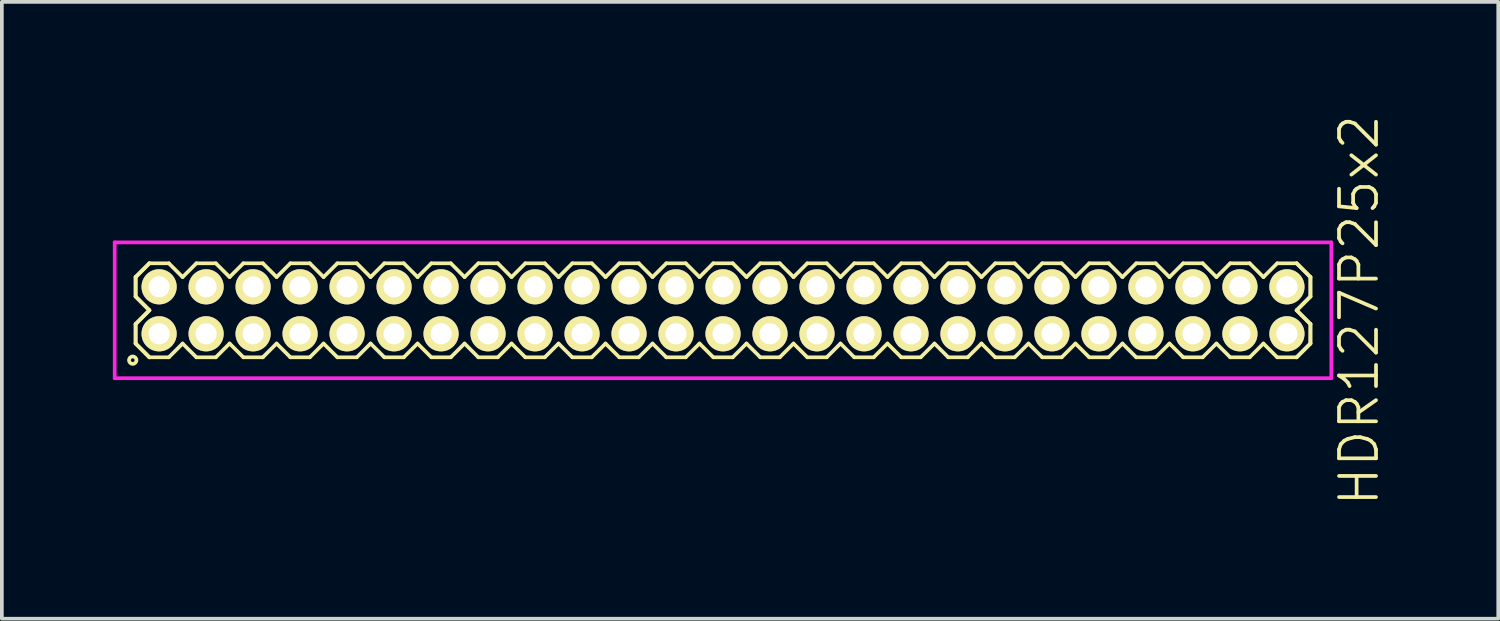
<source format=kicad_pcb>
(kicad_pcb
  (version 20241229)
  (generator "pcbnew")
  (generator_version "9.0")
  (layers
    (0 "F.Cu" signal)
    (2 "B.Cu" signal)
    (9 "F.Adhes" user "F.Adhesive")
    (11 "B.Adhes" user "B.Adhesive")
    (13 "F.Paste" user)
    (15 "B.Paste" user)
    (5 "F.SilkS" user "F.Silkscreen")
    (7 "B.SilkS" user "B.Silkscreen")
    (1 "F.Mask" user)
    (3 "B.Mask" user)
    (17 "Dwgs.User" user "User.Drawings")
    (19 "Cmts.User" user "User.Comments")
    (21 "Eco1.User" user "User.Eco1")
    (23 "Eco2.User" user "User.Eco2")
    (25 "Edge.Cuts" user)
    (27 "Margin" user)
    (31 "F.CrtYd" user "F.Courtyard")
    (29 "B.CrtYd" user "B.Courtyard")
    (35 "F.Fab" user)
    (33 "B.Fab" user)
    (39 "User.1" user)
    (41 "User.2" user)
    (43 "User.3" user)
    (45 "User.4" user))
  (footprint "HDR127P25x2"
    (layer "F.Cu")
    (at 16.49 5.336)
    (property "Reference" "HDR127P25x2" (at 17.19 0 90) (layer "F.SilkS") (effects (font (size 1 1) (thickness 0.1))))
    (attr through_hole)
    (fp_line (start -15.875 -0.898) (end -15.503 -1.27) (stroke (width 0.1) (type solid)) (layer "F.SilkS"))
    (fp_line (start -15.875 -0.898) (end -15.503 -1.27) (stroke (width 0.1) (type solid)) (layer "F.SilkS"))
    (fp_line (start -15.875 -0.372) (end -15.875 -0.898) (stroke (width 0.1) (type solid)) (layer "F.SilkS"))
    (fp_line (start -15.875 -0.372) (end -15.875 -0.898) (stroke (width 0.1) (type solid)) (layer "F.SilkS"))
    (fp_line (start -15.875 0.372) (end -15.503 0) (stroke (width 0.1) (type solid)) (layer "F.SilkS"))
    (fp_line (start -15.875 0.372) (end -15.503 0) (stroke (width 0.1) (type solid)) (layer "F.SilkS"))
    (fp_line (start -15.875 0.898) (end -15.875 0.372) (stroke (width 0.1) (type solid)) (layer "F.SilkS"))
    (fp_line (start -15.875 0.898) (end -15.875 0.372) (stroke (width 0.1) (type solid)) (layer "F.SilkS"))
    (fp_line (start -15.503 -1.27) (end -14.977 -1.27) (stroke (width 0.1) (type solid)) (layer "F.SilkS"))
    (fp_line (start -15.503 0) (end -15.875 -0.372) (stroke (width 0.1) (type solid)) (layer "F.SilkS"))
    (fp_line (start -15.503 0) (end -15.875 -0.372) (stroke (width 0.1) (type solid)) (layer "F.SilkS"))
    (fp_line (start -15.503 1.27) (end -15.875 0.898) (stroke (width 0.1) (type solid)) (layer "F.SilkS"))
    (fp_line (start -15.503 1.27) (end -15.875 0.898) (stroke (width 0.1) (type solid)) (layer "F.SilkS"))
    (fp_line (start -14.977 -1.27) (end -14.605 -0.898) (stroke (width 0.1) (type solid)) (layer "F.SilkS"))
    (fp_line (start -14.977 1.27) (end -15.503 1.27) (stroke (width 0.1) (type solid)) (layer "F.SilkS"))
    (fp_line (start -14.605 -0.898) (end -14.233 -1.27) (stroke (width 0.1) (type solid)) (layer "F.SilkS"))
    (fp_line (start -14.605 0.898) (end -14.977 1.27) (stroke (width 0.1) (type solid)) (layer "F.SilkS"))
    (fp_line (start -14.233 -1.27) (end -13.707 -1.27) (stroke (width 0.1) (type solid)) (layer "F.SilkS"))
    (fp_line (start -14.233 1.27) (end -14.605 0.898) (stroke (width 0.1) (type solid)) (layer "F.SilkS"))
    (fp_line (start -13.707 -1.27) (end -13.335 -0.898) (stroke (width 0.1) (type solid)) (layer "F.SilkS"))
    (fp_line (start -13.707 1.27) (end -14.233 1.27) (stroke (width 0.1) (type solid)) (layer "F.SilkS"))
    (fp_line (start -13.335 -0.898) (end -12.963 -1.27) (stroke (width 0.1) (type solid)) (layer "F.SilkS"))
    (fp_line (start -13.335 0.898) (end -13.707 1.27) (stroke (width 0.1) (type solid)) (layer "F.SilkS"))
    (fp_line (start -12.963 -1.27) (end -12.437 -1.27) (stroke (width 0.1) (type solid)) (layer "F.SilkS"))
    (fp_line (start -12.963 1.27) (end -13.335 0.898) (stroke (width 0.1) (type solid)) (layer "F.SilkS"))
    (fp_line (start -12.437 -1.27) (end -12.065 -0.898) (stroke (width 0.1) (type solid)) (layer "F.SilkS"))
    (fp_line (start -12.437 1.27) (end -12.963 1.27) (stroke (width 0.1) (type solid)) (layer "F.SilkS"))
    (fp_line (start -12.065 -0.898) (end -11.693 -1.27) (stroke (width 0.1) (type solid)) (layer "F.SilkS"))
    (fp_line (start -12.065 0.898) (end -12.437 1.27) (stroke (width 0.1) (type solid)) (layer "F.SilkS"))
    (fp_line (start -11.693 -1.27) (end -11.167 -1.27) (stroke (width 0.1) (type solid)) (layer "F.SilkS"))
    (fp_line (start -11.693 1.27) (end -12.065 0.898) (stroke (width 0.1) (type solid)) (layer "F.SilkS"))
    (fp_line (start -11.167 -1.27) (end -10.795 -0.898) (stroke (width 0.1) (type solid)) (layer "F.SilkS"))
    (fp_line (start -11.167 1.27) (end -11.693 1.27) (stroke (width 0.1) (type solid)) (layer "F.SilkS"))
    (fp_line (start -10.795 -0.898) (end -10.423 -1.27) (stroke (width 0.1) (type solid)) (layer "F.SilkS"))
    (fp_line (start -10.795 0.898) (end -11.167 1.27) (stroke (width 0.1) (type solid)) (layer "F.SilkS"))
    (fp_line (start -10.423 -1.27) (end -9.897 -1.27) (stroke (width 0.1) (type solid)) (layer "F.SilkS"))
    (fp_line (start -10.423 1.27) (end -10.795 0.898) (stroke (width 0.1) (type solid)) (layer "F.SilkS"))
    (fp_line (start -9.897 -1.27) (end -9.525 -0.898) (stroke (width 0.1) (type solid)) (layer "F.SilkS"))
    (fp_line (start -9.897 1.27) (end -10.423 1.27) (stroke (width 0.1) (type solid)) (layer "F.SilkS"))
    (fp_line (start -9.525 -0.898) (end -9.153 -1.27) (stroke (width 0.1) (type solid)) (layer "F.SilkS"))
    (fp_line (start -9.525 0.898) (end -9.897 1.27) (stroke (width 0.1) (type solid)) (layer "F.SilkS"))
    (fp_line (start -9.153 -1.27) (end -8.627 -1.27) (stroke (width 0.1) (type solid)) (layer "F.SilkS"))
    (fp_line (start -9.153 1.27) (end -9.525 0.898) (stroke (width 0.1) (type solid)) (layer "F.SilkS"))
    (fp_line (start -8.627 -1.27) (end -8.255 -0.898) (stroke (width 0.1) (type solid)) (layer "F.SilkS"))
    (fp_line (start -8.627 1.27) (end -9.153 1.27) (stroke (width 0.1) (type solid)) (layer "F.SilkS"))
    (fp_line (start -8.255 -0.898) (end -7.883 -1.27) (stroke (width 0.1) (type solid)) (layer "F.SilkS"))
    (fp_line (start -8.255 0.898) (end -8.627 1.27) (stroke (width 0.1) (type solid)) (layer "F.SilkS"))
    (fp_line (start -7.883 -1.27) (end -7.357 -1.27) (stroke (width 0.1) (type solid)) (layer "F.SilkS"))
    (fp_line (start -7.883 1.27) (end -8.255 0.898) (stroke (width 0.1) (type solid)) (layer "F.SilkS"))
    (fp_line (start -7.357 -1.27) (end -6.985 -0.898) (stroke (width 0.1) (type solid)) (layer "F.SilkS"))
    (fp_line (start -7.357 1.27) (end -7.883 1.27) (stroke (width 0.1) (type solid)) (layer "F.SilkS"))
    (fp_line (start -6.985 -0.898) (end -6.613 -1.27) (stroke (width 0.1) (type solid)) (layer "F.SilkS"))
    (fp_line (start -6.985 0.898) (end -7.357 1.27) (stroke (width 0.1) (type solid)) (layer "F.SilkS"))
    (fp_line (start -6.613 -1.27) (end -6.087 -1.27) (stroke (width 0.1) (type solid)) (layer "F.SilkS"))
    (fp_line (start -6.613 1.27) (end -6.985 0.898) (stroke (width 0.1) (type solid)) (layer "F.SilkS"))
    (fp_line (start -6.087 -1.27) (end -5.715 -0.898) (stroke (width 0.1) (type solid)) (layer "F.SilkS"))
    (fp_line (start -6.087 1.27) (end -6.613 1.27) (stroke (width 0.1) (type solid)) (layer "F.SilkS"))
    (fp_line (start -5.715 -0.898) (end -5.343 -1.27) (stroke (width 0.1) (type solid)) (layer "F.SilkS"))
    (fp_line (start -5.715 0.898) (end -6.087 1.27) (stroke (width 0.1) (type solid)) (layer "F.SilkS"))
    (fp_line (start -5.343 -1.27) (end -4.817 -1.27) (stroke (width 0.1) (type solid)) (layer "F.SilkS"))
    (fp_line (start -5.343 1.27) (end -5.715 0.898) (stroke (width 0.1) (type solid)) (layer "F.SilkS"))
    (fp_line (start -4.817 -1.27) (end -4.445 -0.898) (stroke (width 0.1) (type solid)) (layer "F.SilkS"))
    (fp_line (start -4.817 1.27) (end -5.343 1.27) (stroke (width 0.1) (type solid)) (layer "F.SilkS"))
    (fp_line (start -4.445 -0.898) (end -4.073 -1.27) (stroke (width 0.1) (type solid)) (layer "F.SilkS"))
    (fp_line (start -4.445 0.898) (end -4.817 1.27) (stroke (width 0.1) (type solid)) (layer "F.SilkS"))
    (fp_line (start -4.073 -1.27) (end -3.547 -1.27) (stroke (width 0.1) (type solid)) (layer "F.SilkS"))
    (fp_line (start -4.073 1.27) (end -4.445 0.898) (stroke (width 0.1) (type solid)) (layer "F.SilkS"))
    (fp_line (start -3.547 -1.27) (end -3.175 -0.898) (stroke (width 0.1) (type solid)) (layer "F.SilkS"))
    (fp_line (start -3.547 1.27) (end -4.073 1.27) (stroke (width 0.1) (type solid)) (layer "F.SilkS"))
    (fp_line (start -3.175 -0.898) (end -2.803 -1.27) (stroke (width 0.1) (type solid)) (layer "F.SilkS"))
    (fp_line (start -3.175 0.898) (end -3.547 1.27) (stroke (width 0.1) (type solid)) (layer "F.SilkS"))
    (fp_line (start -2.803 -1.27) (end -2.277 -1.27) (stroke (width 0.1) (type solid)) (layer "F.SilkS"))
    (fp_line (start -2.803 1.27) (end -3.175 0.898) (stroke (width 0.1) (type solid)) (layer "F.SilkS"))
    (fp_line (start -2.277 -1.27) (end -1.905 -0.898) (stroke (width 0.1) (type solid)) (layer "F.SilkS"))
    (fp_line (start -2.277 1.27) (end -2.803 1.27) (stroke (width 0.1) (type solid)) (layer "F.SilkS"))
    (fp_line (start -1.905 -0.898) (end -1.533 -1.27) (stroke (width 0.1) (type solid)) (layer "F.SilkS"))
    (fp_line (start -1.905 0.898) (end -2.277 1.27) (stroke (width 0.1) (type solid)) (layer "F.SilkS"))
    (fp_line (start -1.533 -1.27) (end -1.007 -1.27) (stroke (width 0.1) (type solid)) (layer "F.SilkS"))
    (fp_line (start -1.533 1.27) (end -1.905 0.898) (stroke (width 0.1) (type solid)) (layer "F.SilkS"))
    (fp_line (start -1.007 -1.27) (end -0.635 -0.898) (stroke (width 0.1) (type solid)) (layer "F.SilkS"))
    (fp_line (start -1.007 1.27) (end -1.533 1.27) (stroke (width 0.1) (type solid)) (layer "F.SilkS"))
    (fp_line (start -0.635 -0.898) (end -0.263 -1.27) (stroke (width 0.1) (type solid)) (layer "F.SilkS"))
    (fp_line (start -0.635 0.898) (end -1.007 1.27) (stroke (width 0.1) (type solid)) (layer "F.SilkS"))
    (fp_line (start -0.263 -1.27) (end 0.263 -1.27) (stroke (width 0.1) (type solid)) (layer "F.SilkS"))
    (fp_line (start -0.263 1.27) (end -0.635 0.898) (stroke (width 0.1) (type solid)) (layer "F.SilkS"))
    (fp_line (start 0.263 -1.27) (end 0.635 -0.898) (stroke (width 0.1) (type solid)) (layer "F.SilkS"))
    (fp_line (start 0.263 1.27) (end -0.263 1.27) (stroke (width 0.1) (type solid)) (layer "F.SilkS"))
    (fp_line (start 0.635 -0.898) (end 1.007 -1.27) (stroke (width 0.1) (type solid)) (layer "F.SilkS"))
    (fp_line (start 0.635 0.898) (end 0.263 1.27) (stroke (width 0.1) (type solid)) (layer "F.SilkS"))
    (fp_line (start 1.007 -1.27) (end 1.533 -1.27) (stroke (width 0.1) (type solid)) (layer "F.SilkS"))
    (fp_line (start 1.007 1.27) (end 0.635 0.898) (stroke (width 0.1) (type solid)) (layer "F.SilkS"))
    (fp_line (start 1.533 -1.27) (end 1.905 -0.898) (stroke (width 0.1) (type solid)) (layer "F.SilkS"))
    (fp_line (start 1.533 1.27) (end 1.007 1.27) (stroke (width 0.1) (type solid)) (layer "F.SilkS"))
    (fp_line (start 1.905 -0.898) (end 2.277 -1.27) (stroke (width 0.1) (type solid)) (layer "F.SilkS"))
    (fp_line (start 1.905 0.898) (end 1.533 1.27) (stroke (width 0.1) (type solid)) (layer "F.SilkS"))
    (fp_line (start 2.277 -1.27) (end 2.803 -1.27) (stroke (width 0.1) (type solid)) (layer "F.SilkS"))
    (fp_line (start 2.277 1.27) (end 1.905 0.898) (stroke (width 0.1) (type solid)) (layer "F.SilkS"))
    (fp_line (start 2.803 -1.27) (end 3.175 -0.898) (stroke (width 0.1) (type solid)) (layer "F.SilkS"))
    (fp_line (start 2.803 1.27) (end 2.277 1.27) (stroke (width 0.1) (type solid)) (layer "F.SilkS"))
    (fp_line (start 3.175 -0.898) (end 3.547 -1.27) (stroke (width 0.1) (type solid)) (layer "F.SilkS"))
    (fp_line (start 3.175 0.898) (end 2.803 1.27) (stroke (width 0.1) (type solid)) (layer "F.SilkS"))
    (fp_line (start 3.547 -1.27) (end 4.073 -1.27) (stroke (width 0.1) (type solid)) (layer "F.SilkS"))
    (fp_line (start 3.547 1.27) (end 3.175 0.898) (stroke (width 0.1) (type solid)) (layer "F.SilkS"))
    (fp_line (start 4.073 -1.27) (end 4.445 -0.898) (stroke (width 0.1) (type solid)) (layer "F.SilkS"))
    (fp_line (start 4.073 1.27) (end 3.547 1.27) (stroke (width 0.1) (type solid)) (layer "F.SilkS"))
    (fp_line (start 4.445 -0.898) (end 4.817 -1.27) (stroke (width 0.1) (type solid)) (layer "F.SilkS"))
    (fp_line (start 4.445 0.898) (end 4.073 1.27) (stroke (width 0.1) (type solid)) (layer "F.SilkS"))
    (fp_line (start 4.817 -1.27) (end 5.343 -1.27) (stroke (width 0.1) (type solid)) (layer "F.SilkS"))
    (fp_line (start 4.817 1.27) (end 4.445 0.898) (stroke (width 0.1) (type solid)) (layer "F.SilkS"))
    (fp_line (start 5.343 -1.27) (end 5.715 -0.898) (stroke (width 0.1) (type solid)) (layer "F.SilkS"))
    (fp_line (start 5.343 1.27) (end 4.817 1.27) (stroke (width 0.1) (type solid)) (layer "F.SilkS"))
    (fp_line (start 5.715 -0.898) (end 6.087 -1.27) (stroke (width 0.1) (type solid)) (layer "F.SilkS"))
    (fp_line (start 5.715 0.898) (end 5.343 1.27) (stroke (width 0.1) (type solid)) (layer "F.SilkS"))
    (fp_line (start 6.087 -1.27) (end 6.613 -1.27) (stroke (width 0.1) (type solid)) (layer "F.SilkS"))
    (fp_line (start 6.087 1.27) (end 5.715 0.898) (stroke (width 0.1) (type solid)) (layer "F.SilkS"))
    (fp_line (start 6.613 -1.27) (end 6.985 -0.898) (stroke (width 0.1) (type solid)) (layer "F.SilkS"))
    (fp_line (start 6.613 1.27) (end 6.087 1.27) (stroke (width 0.1) (type solid)) (layer "F.SilkS"))
    (fp_line (start 6.985 -0.898) (end 7.357 -1.27) (stroke (width 0.1) (type solid)) (layer "F.SilkS"))
    (fp_line (start 6.985 0.898) (end 6.613 1.27) (stroke (width 0.1) (type solid)) (layer "F.SilkS"))
    (fp_line (start 7.357 -1.27) (end 7.883 -1.27) (stroke (width 0.1) (type solid)) (layer "F.SilkS"))
    (fp_line (start 7.357 1.27) (end 6.985 0.898) (stroke (width 0.1) (type solid)) (layer "F.SilkS"))
    (fp_line (start 7.883 -1.27) (end 8.255 -0.898) (stroke (width 0.1) (type solid)) (layer "F.SilkS"))
    (fp_line (start 7.883 1.27) (end 7.357 1.27) (stroke (width 0.1) (type solid)) (layer "F.SilkS"))
    (fp_line (start 8.255 -0.898) (end 8.627 -1.27) (stroke (width 0.1) (type solid)) (layer "F.SilkS"))
    (fp_line (start 8.255 0.898) (end 7.883 1.27) (stroke (width 0.1) (type solid)) (layer "F.SilkS"))
    (fp_line (start 8.627 -1.27) (end 9.153 -1.27) (stroke (width 0.1) (type solid)) (layer "F.SilkS"))
    (fp_line (start 8.627 1.27) (end 8.255 0.898) (stroke (width 0.1) (type solid)) (layer "F.SilkS"))
    (fp_line (start 9.153 -1.27) (end 9.525 -0.898) (stroke (width 0.1) (type solid)) (layer "F.SilkS"))
    (fp_line (start 9.153 1.27) (end 8.627 1.27) (stroke (width 0.1) (type solid)) (layer "F.SilkS"))
    (fp_line (start 9.525 -0.898) (end 9.897 -1.27) (stroke (width 0.1) (type solid)) (layer "F.SilkS"))
    (fp_line (start 9.525 0.898) (end 9.153 1.27) (stroke (width 0.1) (type solid)) (layer "F.SilkS"))
    (fp_line (start 9.897 -1.27) (end 10.423 -1.27) (stroke (width 0.1) (type solid)) (layer "F.SilkS"))
    (fp_line (start 9.897 1.27) (end 9.525 0.898) (stroke (width 0.1) (type solid)) (layer "F.SilkS"))
    (fp_line (start 10.423 -1.27) (end 10.795 -0.898) (stroke (width 0.1) (type solid)) (layer "F.SilkS"))
    (fp_line (start 10.423 1.27) (end 9.897 1.27) (stroke (width 0.1) (type solid)) (layer "F.SilkS"))
    (fp_line (start 10.795 -0.898) (end 11.167 -1.27) (stroke (width 0.1) (type solid)) (layer "F.SilkS"))
    (fp_line (start 10.795 0.898) (end 10.423 1.27) (stroke (width 0.1) (type solid)) (layer "F.SilkS"))
    (fp_line (start 11.167 -1.27) (end 11.693 -1.27) (stroke (width 0.1) (type solid)) (layer "F.SilkS"))
    (fp_line (start 11.167 1.27) (end 10.795 0.898) (stroke (width 0.1) (type solid)) (layer "F.SilkS"))
    (fp_line (start 11.693 -1.27) (end 12.065 -0.898) (stroke (width 0.1) (type solid)) (layer "F.SilkS"))
    (fp_line (start 11.693 1.27) (end 11.167 1.27) (stroke (width 0.1) (type solid)) (layer "F.SilkS"))
    (fp_line (start 12.065 -0.898) (end 12.437 -1.27) (stroke (width 0.1) (type solid)) (layer "F.SilkS"))
    (fp_line (start 12.065 0.898) (end 11.693 1.27) (stroke (width 0.1) (type solid)) (layer "F.SilkS"))
    (fp_line (start 12.437 -1.27) (end 12.963 -1.27) (stroke (width 0.1) (type solid)) (layer "F.SilkS"))
    (fp_line (start 12.437 1.27) (end 12.065 0.898) (stroke (width 0.1) (type solid)) (layer "F.SilkS"))
    (fp_line (start 12.963 -1.27) (end 13.335 -0.898) (stroke (width 0.1) (type solid)) (layer "F.SilkS"))
    (fp_line (start 12.963 1.27) (end 12.437 1.27) (stroke (width 0.1) (type solid)) (layer "F.SilkS"))
    (fp_line (start 13.335 -0.898) (end 13.707 -1.27) (stroke (width 0.1) (type solid)) (layer "F.SilkS"))
    (fp_line (start 13.335 0.898) (end 12.963 1.27) (stroke (width 0.1) (type solid)) (layer "F.SilkS"))
    (fp_line (start 13.707 -1.27) (end 14.233 -1.27) (stroke (width 0.1) (type solid)) (layer "F.SilkS"))
    (fp_line (start 13.707 1.27) (end 13.335 0.898) (stroke (width 0.1) (type solid)) (layer "F.SilkS"))
    (fp_line (start 14.233 -1.27) (end 14.605 -0.898) (stroke (width 0.1) (type solid)) (layer "F.SilkS"))
    (fp_line (start 14.233 1.27) (end 13.707 1.27) (stroke (width 0.1) (type solid)) (layer "F.SilkS"))
    (fp_line (start 14.605 -0.898) (end 14.977 -1.27) (stroke (width 0.1) (type solid)) (layer "F.SilkS"))
    (fp_line (start 14.605 0.898) (end 14.233 1.27) (stroke (width 0.1) (type solid)) (layer "F.SilkS"))
    (fp_line (start 14.977 -1.27) (end 15.503 -1.27) (stroke (width 0.1) (type solid)) (layer "F.SilkS"))
    (fp_line (start 14.977 1.27) (end 14.605 0.898) (stroke (width 0.1) (type solid)) (layer "F.SilkS"))
    (fp_line (start 15.503 -1.27) (end 15.875 -0.898) (stroke (width 0.1) (type solid)) (layer "F.SilkS"))
    (fp_line (start 15.503 -1.27) (end 15.875 -0.898) (stroke (width 0.1) (type solid)) (layer "F.SilkS"))
    (fp_line (start 15.503 0) (end 15.875 0.372) (stroke (width 0.1) (type solid)) (layer "F.SilkS"))
    (fp_line (start 15.503 0) (end 15.875 0.372) (stroke (width 0.1) (type solid)) (layer "F.SilkS"))
    (fp_line (start 15.503 1.27) (end 14.977 1.27) (stroke (width 0.1) (type solid)) (layer "F.SilkS"))
    (fp_line (start 15.875 -0.898) (end 15.875 -0.372) (stroke (width 0.1) (type solid)) (layer "F.SilkS"))
    (fp_line (start 15.875 -0.898) (end 15.875 -0.372) (stroke (width 0.1) (type solid)) (layer "F.SilkS"))
    (fp_line (start 15.875 -0.372) (end 15.503 0) (stroke (width 0.1) (type solid)) (layer "F.SilkS"))
    (fp_line (start 15.875 -0.372) (end 15.503 0) (stroke (width 0.1) (type solid)) (layer "F.SilkS"))
    (fp_line (start 15.875 0.372) (end 15.875 0.898) (stroke (width 0.1) (type solid)) (layer "F.SilkS"))
    (fp_line (start 15.875 0.372) (end 15.875 0.898) (stroke (width 0.1) (type solid)) (layer "F.SilkS"))
    (fp_line (start 15.875 0.898) (end 15.503 1.27) (stroke (width 0.1) (type solid)) (layer "F.SilkS"))
    (fp_line (start 15.875 0.898) (end 15.503 1.27) (stroke (width 0.1) (type solid)) (layer "F.SilkS"))
    (fp_circle (center -15.953 1.348) (end -15.853 1.348) (stroke (width 0.1) (type solid)) (fill no) (layer "F.SilkS"))
    (fp_line (start -16.44 -1.835) (end -16.44 1.835) (stroke (width 0.1) (type solid)) (layer "F.CrtYd"))
    (fp_line (start -16.44 1.835) (end 16.44 1.835) (stroke (width 0.1) (type solid)) (layer "F.CrtYd"))
    (fp_line (start 16.44 -1.835) (end -16.44 -1.835) (stroke (width 0.1) (type solid)) (layer "F.CrtYd"))
    (fp_line (start 16.44 1.835) (end 16.44 -1.835) (stroke (width 0.1) (type solid)) (layer "F.CrtYd"))
    (pad "1" thru_hole oval (at -15.24 0.635) (size 0.95 0.95) (drill 0.57) (layers "*.Cu" "*.Mask" "F.SilkS"))
    (pad "2" thru_hole oval (at -15.24 -0.635) (size 0.95 0.95) (drill 0.57) (layers "*.Cu" "*.Mask" "F.SilkS"))
    (pad "3" thru_hole oval (at -13.97 0.635) (size 0.95 0.95) (drill 0.57) (layers "*.Cu" "*.Mask" "F.SilkS"))
    (pad "4" thru_hole oval (at -13.97 -0.635) (size 0.95 0.95) (drill 0.57) (layers "*.Cu" "*.Mask" "F.SilkS"))
    (pad "5" thru_hole oval (at -12.7 0.635) (size 0.95 0.95) (drill 0.57) (layers "*.Cu" "*.Mask" "F.SilkS"))
    (pad "6" thru_hole oval (at -12.7 -0.635) (size 0.95 0.95) (drill 0.57) (layers "*.Cu" "*.Mask" "F.SilkS"))
    (pad "7" thru_hole oval (at -11.43 0.635) (size 0.95 0.95) (drill 0.57) (layers "*.Cu" "*.Mask" "F.SilkS"))
    (pad "8" thru_hole oval (at -11.43 -0.635) (size 0.95 0.95) (drill 0.57) (layers "*.Cu" "*.Mask" "F.SilkS"))
    (pad "9" thru_hole oval (at -10.16 0.635) (size 0.95 0.95) (drill 0.57) (layers "*.Cu" "*.Mask" "F.SilkS"))
    (pad "10" thru_hole oval (at -10.16 -0.635) (size 0.95 0.95) (drill 0.57) (layers "*.Cu" "*.Mask" "F.SilkS"))
    (pad "11" thru_hole oval (at -8.89 0.635) (size 0.95 0.95) (drill 0.57) (layers "*.Cu" "*.Mask" "F.SilkS"))
    (pad "12" thru_hole oval (at -8.89 -0.635) (size 0.95 0.95) (drill 0.57) (layers "*.Cu" "*.Mask" "F.SilkS"))
    (pad "13" thru_hole oval (at -7.62 0.635) (size 0.95 0.95) (drill 0.57) (layers "*.Cu" "*.Mask" "F.SilkS"))
    (pad "14" thru_hole oval (at -7.62 -0.635) (size 0.95 0.95) (drill 0.57) (layers "*.Cu" "*.Mask" "F.SilkS"))
    (pad "15" thru_hole oval (at -6.35 0.635) (size 0.95 0.95) (drill 0.57) (layers "*.Cu" "*.Mask" "F.SilkS"))
    (pad "16" thru_hole oval (at -6.35 -0.635) (size 0.95 0.95) (drill 0.57) (layers "*.Cu" "*.Mask" "F.SilkS"))
    (pad "17" thru_hole oval (at -5.08 0.635) (size 0.95 0.95) (drill 0.57) (layers "*.Cu" "*.Mask" "F.SilkS"))
    (pad "18" thru_hole oval (at -5.08 -0.635) (size 0.95 0.95) (drill 0.57) (layers "*.Cu" "*.Mask" "F.SilkS"))
    (pad "19" thru_hole oval (at -3.81 0.635) (size 0.95 0.95) (drill 0.57) (layers "*.Cu" "*.Mask" "F.SilkS"))
    (pad "20" thru_hole oval (at -3.81 -0.635) (size 0.95 0.95) (drill 0.57) (layers "*.Cu" "*.Mask" "F.SilkS"))
    (pad "21" thru_hole oval (at -2.54 0.635) (size 0.95 0.95) (drill 0.57) (layers "*.Cu" "*.Mask" "F.SilkS"))
    (pad "22" thru_hole oval (at -2.54 -0.635) (size 0.95 0.95) (drill 0.57) (layers "*.Cu" "*.Mask" "F.SilkS"))
    (pad "23" thru_hole oval (at -1.27 0.635) (size 0.95 0.95) (drill 0.57) (layers "*.Cu" "*.Mask" "F.SilkS"))
    (pad "24" thru_hole oval (at -1.27 -0.635) (size 0.95 0.95) (drill 0.57) (layers "*.Cu" "*.Mask" "F.SilkS"))
    (pad "25" thru_hole oval (at 0 0.635) (size 0.95 0.95) (drill 0.57) (layers "*.Cu" "*.Mask" "F.SilkS"))
    (pad "26" thru_hole oval (at 0 -0.635) (size 0.95 0.95) (drill 0.57) (layers "*.Cu" "*.Mask" "F.SilkS"))
    (pad "27" thru_hole oval (at 1.27 0.635) (size 0.95 0.95) (drill 0.57) (layers "*.Cu" "*.Mask" "F.SilkS"))
    (pad "28" thru_hole oval (at 1.27 -0.635) (size 0.95 0.95) (drill 0.57) (layers "*.Cu" "*.Mask" "F.SilkS"))
    (pad "29" thru_hole oval (at 2.54 0.635) (size 0.95 0.95) (drill 0.57) (layers "*.Cu" "*.Mask" "F.SilkS"))
    (pad "30" thru_hole oval (at 2.54 -0.635) (size 0.95 0.95) (drill 0.57) (layers "*.Cu" "*.Mask" "F.SilkS"))
    (pad "31" thru_hole oval (at 3.81 0.635) (size 0.95 0.95) (drill 0.57) (layers "*.Cu" "*.Mask" "F.SilkS"))
    (pad "32" thru_hole oval (at 3.81 -0.635) (size 0.95 0.95) (drill 0.57) (layers "*.Cu" "*.Mask" "F.SilkS"))
    (pad "33" thru_hole oval (at 5.08 0.635) (size 0.95 0.95) (drill 0.57) (layers "*.Cu" "*.Mask" "F.SilkS"))
    (pad "34" thru_hole oval (at 5.08 -0.635) (size 0.95 0.95) (drill 0.57) (layers "*.Cu" "*.Mask" "F.SilkS"))
    (pad "35" thru_hole oval (at 6.35 0.635) (size 0.95 0.95) (drill 0.57) (layers "*.Cu" "*.Mask" "F.SilkS"))
    (pad "36" thru_hole oval (at 6.35 -0.635) (size 0.95 0.95) (drill 0.57) (layers "*.Cu" "*.Mask" "F.SilkS"))
    (pad "37" thru_hole oval (at 7.62 0.635) (size 0.95 0.95) (drill 0.57) (layers "*.Cu" "*.Mask" "F.SilkS"))
    (pad "38" thru_hole oval (at 7.62 -0.635) (size 0.95 0.95) (drill 0.57) (layers "*.Cu" "*.Mask" "F.SilkS"))
    (pad "39" thru_hole oval (at 8.89 0.635) (size 0.95 0.95) (drill 0.57) (layers "*.Cu" "*.Mask" "F.SilkS"))
    (pad "40" thru_hole oval (at 8.89 -0.635) (size 0.95 0.95) (drill 0.57) (layers "*.Cu" "*.Mask" "F.SilkS"))
    (pad "41" thru_hole oval (at 10.16 0.635) (size 0.95 0.95) (drill 0.57) (layers "*.Cu" "*.Mask" "F.SilkS"))
    (pad "42" thru_hole oval (at 10.16 -0.635) (size 0.95 0.95) (drill 0.57) (layers "*.Cu" "*.Mask" "F.SilkS"))
    (pad "43" thru_hole oval (at 11.43 0.635) (size 0.95 0.95) (drill 0.57) (layers "*.Cu" "*.Mask" "F.SilkS"))
    (pad "44" thru_hole oval (at 11.43 -0.635) (size 0.95 0.95) (drill 0.57) (layers "*.Cu" "*.Mask" "F.SilkS"))
    (pad "45" thru_hole oval (at 12.7 0.635) (size 0.95 0.95) (drill 0.57) (layers "*.Cu" "*.Mask" "F.SilkS"))
    (pad "46" thru_hole oval (at 12.7 -0.635) (size 0.95 0.95) (drill 0.57) (layers "*.Cu" "*.Mask" "F.SilkS"))
    (pad "47" thru_hole oval (at 13.97 0.635) (size 0.95 0.95) (drill 0.57) (layers "*.Cu" "*.Mask" "F.SilkS"))
    (pad "48" thru_hole oval (at 13.97 -0.635) (size 0.95 0.95) (drill 0.57) (layers "*.Cu" "*.Mask" "F.SilkS"))
    (pad "49" thru_hole oval (at 15.24 0.635) (size 0.95 0.95) (drill 0.57) (layers "*.Cu" "*.Mask" "F.SilkS"))
    (pad "50" thru_hole oval (at 15.24 -0.635) (size 0.95 0.95) (drill 0.57) (layers "*.Cu" "*.Mask" "F.SilkS")))
  (gr_rect
    (start -3 -3)
    (end 37.441 13.671)
    (stroke (width 0.1) (type default))
    (fill no)
    (layer "Edge.Cuts")))
</source>
